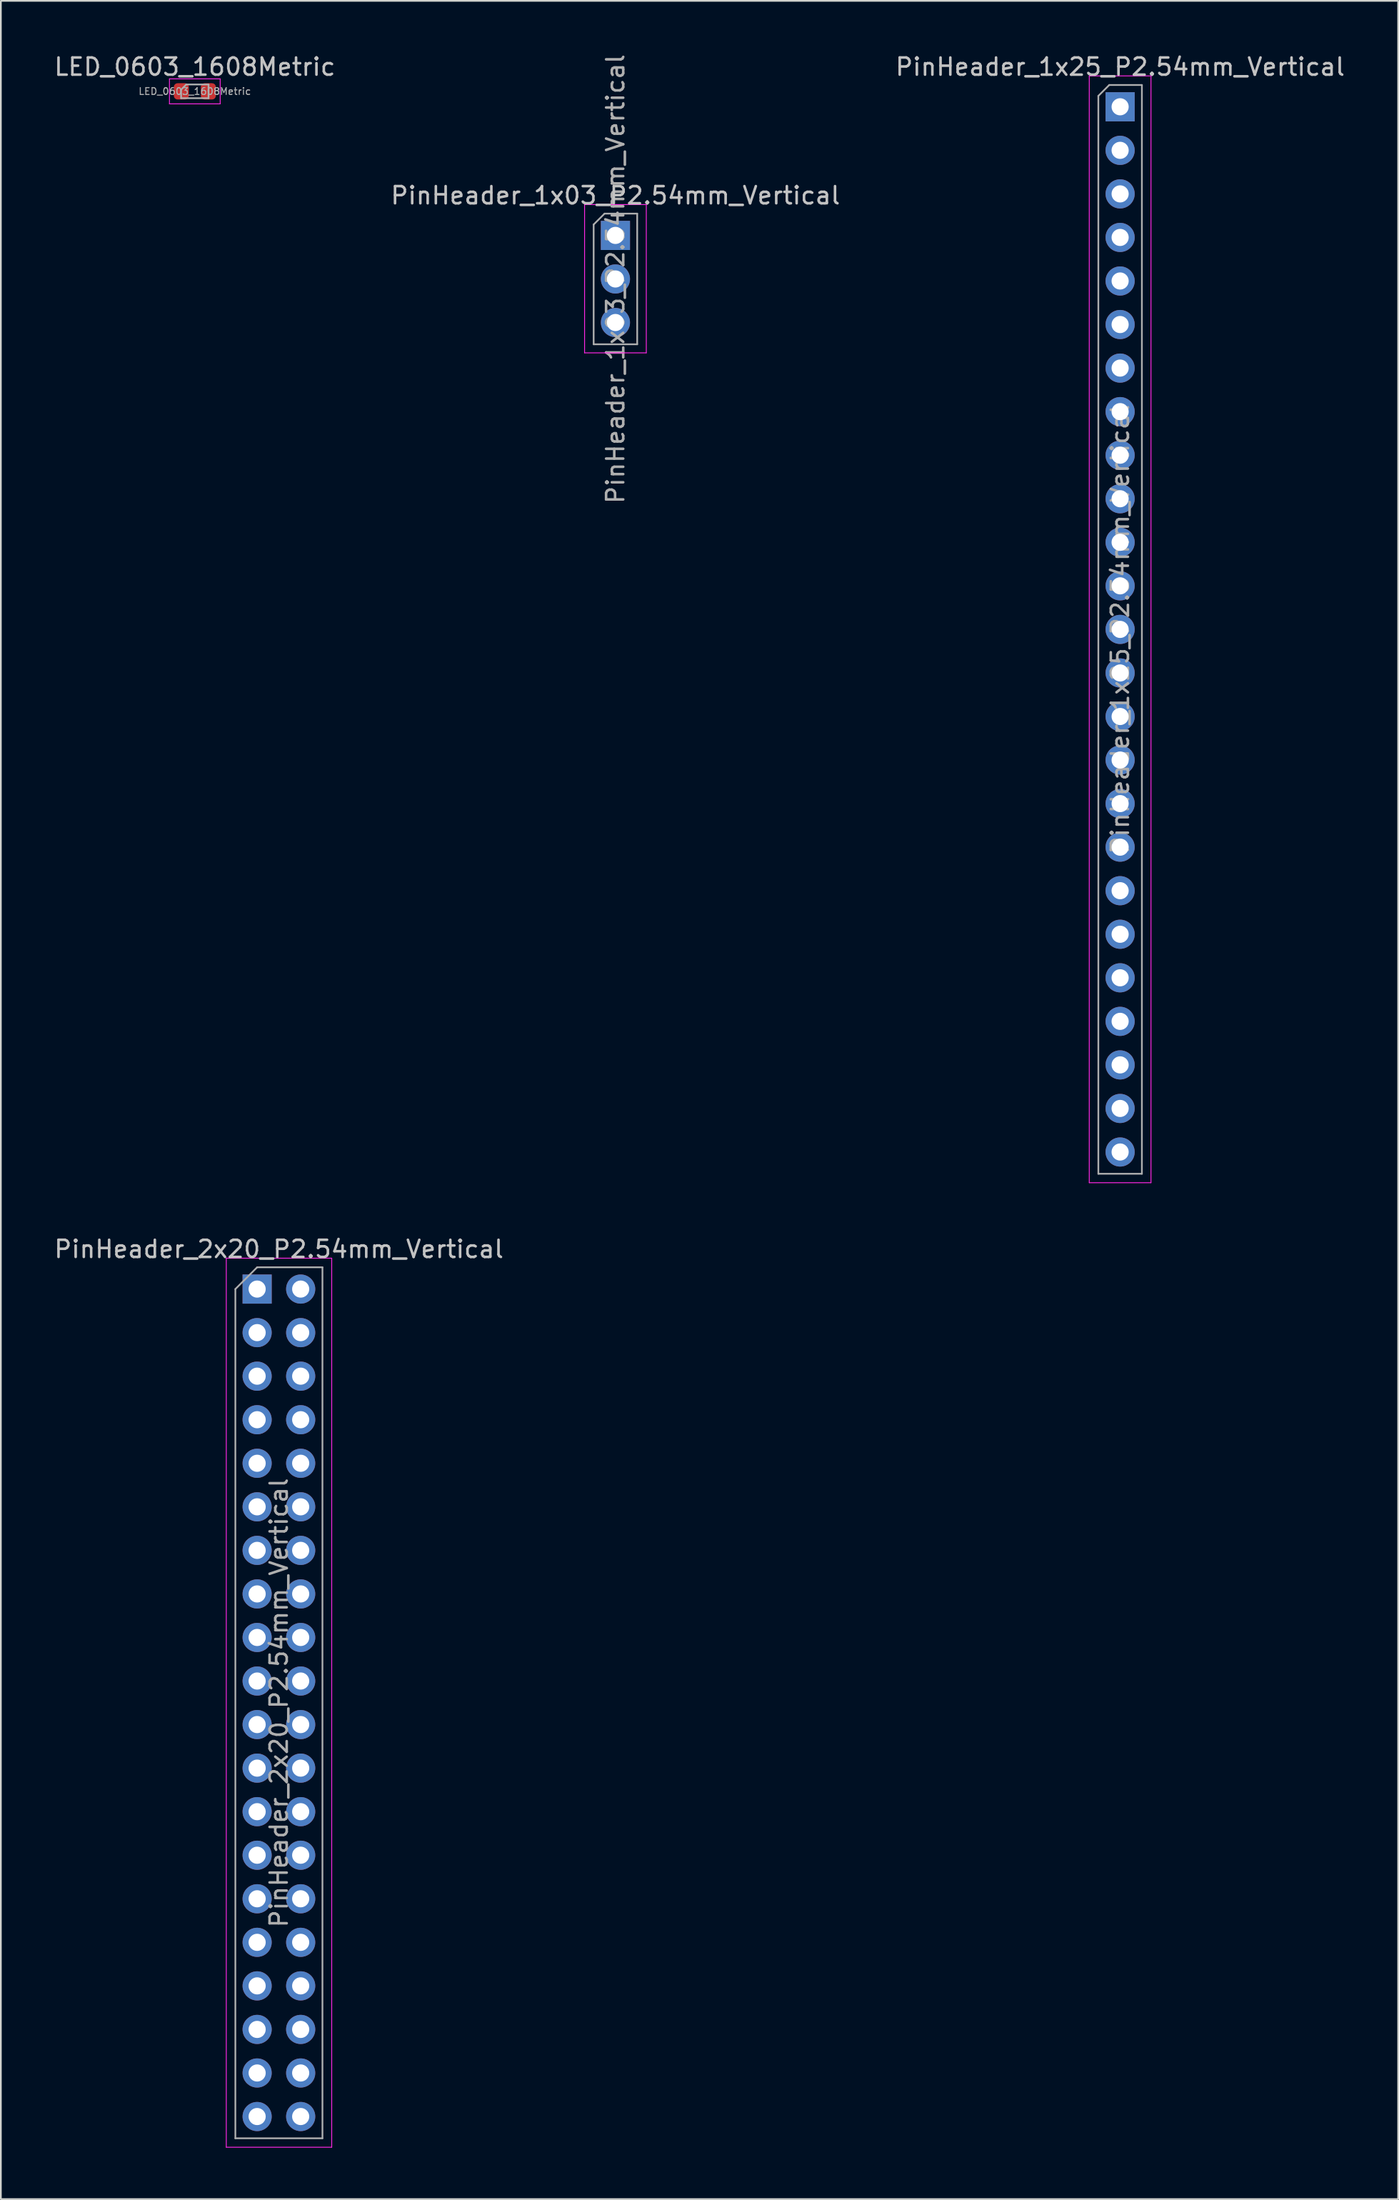
<source format=kicad_pcb>
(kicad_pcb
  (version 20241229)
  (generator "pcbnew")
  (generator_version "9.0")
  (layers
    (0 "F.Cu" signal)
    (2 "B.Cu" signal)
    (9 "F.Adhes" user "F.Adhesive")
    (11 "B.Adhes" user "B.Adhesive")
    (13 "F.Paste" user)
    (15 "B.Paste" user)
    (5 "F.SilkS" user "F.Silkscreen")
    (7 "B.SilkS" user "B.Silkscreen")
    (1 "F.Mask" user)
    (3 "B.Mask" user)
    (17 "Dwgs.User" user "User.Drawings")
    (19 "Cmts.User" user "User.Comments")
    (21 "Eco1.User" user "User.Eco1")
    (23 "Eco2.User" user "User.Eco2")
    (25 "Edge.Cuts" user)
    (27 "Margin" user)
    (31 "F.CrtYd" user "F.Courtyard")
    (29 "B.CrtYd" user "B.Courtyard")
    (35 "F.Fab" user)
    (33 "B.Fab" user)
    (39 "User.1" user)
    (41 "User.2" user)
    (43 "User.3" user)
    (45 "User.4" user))
  (footprint "PinHeader_1x03_P2.54mm_Vertical"
    (layer "F.Cu")
    (at 32.851 10.68)
    (property "Reference" "PinHeader_1x03_P2.54mm_Vertical" (at 0 -2.33 0) (layer "Dwgs.User") (effects (font (size 1 1) (thickness 0.15))))
    (attr through_hole)
    (fp_line (start -1.8 -1.8) (end -1.8 6.85) (stroke (width 0.05) (type solid)) (layer "F.CrtYd"))
    (fp_line (start -1.8 6.85) (end 1.8 6.85) (stroke (width 0.05) (type solid)) (layer "F.CrtYd"))
    (fp_line (start 1.8 -1.8) (end -1.8 -1.8) (stroke (width 0.05) (type solid)) (layer "F.CrtYd"))
    (fp_line (start 1.8 6.85) (end 1.8 -1.8) (stroke (width 0.05) (type solid)) (layer "F.CrtYd"))
    (fp_line (start -1.27 -0.635) (end -0.635 -1.27) (stroke (width 0.1) (type solid)) (layer "F.Fab"))
    (fp_line (start -1.27 6.35) (end -1.27 -0.635) (stroke (width 0.1) (type solid)) (layer "F.Fab"))
    (fp_line (start -0.635 -1.27) (end 1.27 -1.27) (stroke (width 0.1) (type solid)) (layer "F.Fab"))
    (fp_line (start 1.27 -1.27) (end 1.27 6.35) (stroke (width 0.1) (type solid)) (layer "F.Fab"))
    (fp_line (start 1.27 6.35) (end -1.27 6.35) (stroke (width 0.1) (type solid)) (layer "F.Fab"))
    (fp_text user "${REFERENCE}" (at 0 2.54 90) (layer "F.Fab") (effects (font (size 1 1) (thickness 0.15))))
    (pad "1" thru_hole rect (at 0 0) (size 1.7 1.7) (drill 1) (layers "*.Cu" "*.Mask"))
    (pad "2" thru_hole oval (at 0 2.54) (size 1.7 1.7) (drill 1) (layers "*.Cu" "*.Mask"))
    (pad "3" thru_hole oval (at 0 5.08) (size 1.7 1.7) (drill 1) (layers "*.Cu" "*.Mask")))
  (footprint "PinHeader_2x20_P2.54mm_Vertical"
    (layer "F.Cu")
    (at 11.95 72.132)
    (property "Reference" "PinHeader_2x20_P2.54mm_Vertical" (at 1.27 -2.33 0) (layer "Dwgs.User") (effects (font (size 1 1) (thickness 0.15))))
    (attr through_hole)
    (fp_line (start -1.8 -1.8) (end -1.8 50.05) (stroke (width 0.05) (type solid)) (layer "F.CrtYd"))
    (fp_line (start -1.8 50.05) (end 4.35 50.05) (stroke (width 0.05) (type solid)) (layer "F.CrtYd"))
    (fp_line (start 4.35 -1.8) (end -1.8 -1.8) (stroke (width 0.05) (type solid)) (layer "F.CrtYd"))
    (fp_line (start 4.35 50.05) (end 4.35 -1.8) (stroke (width 0.05) (type solid)) (layer "F.CrtYd"))
    (fp_line (start -1.27 0) (end 0 -1.27) (stroke (width 0.1) (type solid)) (layer "F.Fab"))
    (fp_line (start -1.27 49.53) (end -1.27 0) (stroke (width 0.1) (type solid)) (layer "F.Fab"))
    (fp_line (start 0 -1.27) (end 3.81 -1.27) (stroke (width 0.1) (type solid)) (layer "F.Fab"))
    (fp_line (start 3.81 -1.27) (end 3.81 49.53) (stroke (width 0.1) (type solid)) (layer "F.Fab"))
    (fp_line (start 3.81 49.53) (end -1.27 49.53) (stroke (width 0.1) (type solid)) (layer "F.Fab"))
    (fp_text user "${REFERENCE}" (at 1.27 24.13 90) (layer "F.Fab") (effects (font (size 1 1) (thickness 0.15))))
    (pad "1" thru_hole rect (at 0 0) (size 1.7 1.7) (drill 1) (layers "*.Cu" "*.Mask"))
    (pad "2" thru_hole oval (at 2.54 0) (size 1.7 1.7) (drill 1) (layers "*.Cu" "*.Mask"))
    (pad "3" thru_hole oval (at 0 2.54) (size 1.7 1.7) (drill 1) (layers "*.Cu" "*.Mask"))
    (pad "4" thru_hole oval (at 2.54 2.54) (size 1.7 1.7) (drill 1) (layers "*.Cu" "*.Mask"))
    (pad "5" thru_hole oval (at 0 5.08) (size 1.7 1.7) (drill 1) (layers "*.Cu" "*.Mask"))
    (pad "6" thru_hole oval (at 2.54 5.08) (size 1.7 1.7) (drill 1) (layers "*.Cu" "*.Mask"))
    (pad "7" thru_hole oval (at 0 7.62) (size 1.7 1.7) (drill 1) (layers "*.Cu" "*.Mask"))
    (pad "8" thru_hole oval (at 2.54 7.62) (size 1.7 1.7) (drill 1) (layers "*.Cu" "*.Mask"))
    (pad "9" thru_hole oval (at 0 10.16) (size 1.7 1.7) (drill 1) (layers "*.Cu" "*.Mask"))
    (pad "10" thru_hole oval (at 2.54 10.16) (size 1.7 1.7) (drill 1) (layers "*.Cu" "*.Mask"))
    (pad "11" thru_hole oval (at 0 12.7) (size 1.7 1.7) (drill 1) (layers "*.Cu" "*.Mask"))
    (pad "12" thru_hole oval (at 2.54 12.7) (size 1.7 1.7) (drill 1) (layers "*.Cu" "*.Mask"))
    (pad "13" thru_hole oval (at 0 15.24) (size 1.7 1.7) (drill 1) (layers "*.Cu" "*.Mask"))
    (pad "14" thru_hole oval (at 2.54 15.24) (size 1.7 1.7) (drill 1) (layers "*.Cu" "*.Mask"))
    (pad "15" thru_hole oval (at 0 17.78) (size 1.7 1.7) (drill 1) (layers "*.Cu" "*.Mask"))
    (pad "16" thru_hole oval (at 2.54 17.78) (size 1.7 1.7) (drill 1) (layers "*.Cu" "*.Mask"))
    (pad "17" thru_hole oval (at 0 20.32) (size 1.7 1.7) (drill 1) (layers "*.Cu" "*.Mask"))
    (pad "18" thru_hole oval (at 2.54 20.32) (size 1.7 1.7) (drill 1) (layers "*.Cu" "*.Mask"))
    (pad "19" thru_hole oval (at 0 22.86) (size 1.7 1.7) (drill 1) (layers "*.Cu" "*.Mask"))
    (pad "20" thru_hole oval (at 2.54 22.86) (size 1.7 1.7) (drill 1) (layers "*.Cu" "*.Mask"))
    (pad "21" thru_hole oval (at 0 25.4) (size 1.7 1.7) (drill 1) (layers "*.Cu" "*.Mask"))
    (pad "22" thru_hole oval (at 2.54 25.4) (size 1.7 1.7) (drill 1) (layers "*.Cu" "*.Mask"))
    (pad "23" thru_hole oval (at 0 27.94) (size 1.7 1.7) (drill 1) (layers "*.Cu" "*.Mask"))
    (pad "24" thru_hole oval (at 2.54 27.94) (size 1.7 1.7) (drill 1) (layers "*.Cu" "*.Mask"))
    (pad "25" thru_hole oval (at 0 30.48) (size 1.7 1.7) (drill 1) (layers "*.Cu" "*.Mask"))
    (pad "26" thru_hole oval (at 2.54 30.48) (size 1.7 1.7) (drill 1) (layers "*.Cu" "*.Mask"))
    (pad "27" thru_hole oval (at 0 33.02) (size 1.7 1.7) (drill 1) (layers "*.Cu" "*.Mask"))
    (pad "28" thru_hole oval (at 2.54 33.02) (size 1.7 1.7) (drill 1) (layers "*.Cu" "*.Mask"))
    (pad "29" thru_hole oval (at 0 35.56) (size 1.7 1.7) (drill 1) (layers "*.Cu" "*.Mask"))
    (pad "30" thru_hole oval (at 2.54 35.56) (size 1.7 1.7) (drill 1) (layers "*.Cu" "*.Mask"))
    (pad "31" thru_hole oval (at 0 38.1) (size 1.7 1.7) (drill 1) (layers "*.Cu" "*.Mask"))
    (pad "32" thru_hole oval (at 2.54 38.1) (size 1.7 1.7) (drill 1) (layers "*.Cu" "*.Mask"))
    (pad "33" thru_hole oval (at 0 40.64) (size 1.7 1.7) (drill 1) (layers "*.Cu" "*.Mask"))
    (pad "34" thru_hole oval (at 2.54 40.64) (size 1.7 1.7) (drill 1) (layers "*.Cu" "*.Mask"))
    (pad "35" thru_hole oval (at 0 43.18) (size 1.7 1.7) (drill 1) (layers "*.Cu" "*.Mask"))
    (pad "36" thru_hole oval (at 2.54 43.18) (size 1.7 1.7) (drill 1) (layers "*.Cu" "*.Mask"))
    (pad "37" thru_hole oval (at 0 45.72) (size 1.7 1.7) (drill 1) (layers "*.Cu" "*.Mask"))
    (pad "38" thru_hole oval (at 2.54 45.72) (size 1.7 1.7) (drill 1) (layers "*.Cu" "*.Mask"))
    (pad "39" thru_hole oval (at 0 48.26) (size 1.7 1.7) (drill 1) (layers "*.Cu" "*.Mask"))
    (pad "40" thru_hole oval (at 2.54 48.26) (size 1.7 1.7) (drill 1) (layers "*.Cu" "*.Mask")))
  (footprint "LED_0603_1608Metric"
    (layer "F.Cu")
    (at 8.315 2.278)
    (property "Reference" "LED_0603_1608Metric" (at 0 -1.43 0) (layer "Dwgs.User") (effects (font (size 1 1) (thickness 0.15))))
    (attr smd)
    (fp_line (start -1.48 -0.73) (end 1.48 -0.73) (stroke (width 0.05) (type solid)) (layer "F.CrtYd"))
    (fp_line (start -1.48 0.73) (end -1.48 -0.73) (stroke (width 0.05) (type solid)) (layer "F.CrtYd"))
    (fp_line (start 1.48 -0.73) (end 1.48 0.73) (stroke (width 0.05) (type solid)) (layer "F.CrtYd"))
    (fp_line (start 1.48 0.73) (end -1.48 0.73) (stroke (width 0.05) (type solid)) (layer "F.CrtYd"))
    (fp_line (start -0.8 -0.1) (end -0.8 0.4) (stroke (width 0.1) (type solid)) (layer "F.Fab"))
    (fp_line (start -0.8 0.4) (end 0.8 0.4) (stroke (width 0.1) (type solid)) (layer "F.Fab"))
    (fp_line (start -0.5 -0.4) (end -0.8 -0.1) (stroke (width 0.1) (type solid)) (layer "F.Fab"))
    (fp_line (start 0.8 -0.4) (end -0.5 -0.4) (stroke (width 0.1) (type solid)) (layer "F.Fab"))
    (fp_line (start 0.8 0.4) (end 0.8 -0.4) (stroke (width 0.1) (type solid)) (layer "F.Fab"))
    (fp_text user "${REFERENCE}" (at 0 0 0) (layer "F.Fab") (effects (font (size 0.4 0.4) (thickness 0.06))))
    (pad "1" smd roundrect (at -0.787 0) (size 0.875 0.95) (layers "F.Cu" "F.Mask" "F.Paste") (roundrect_rratio 0.25))
    (pad "2" smd roundrect (at 0.787 0) (size 0.875 0.95) (layers "F.Cu" "F.Mask" "F.Paste") (roundrect_rratio 0.25)))
  (footprint "PinHeader_1x25_P2.54mm_Vertical"
    (layer "F.Cu")
    (at 62.292 3.178)
    (property "Reference" "PinHeader_1x25_P2.54mm_Vertical" (at 0 -2.33 0) (layer "Dwgs.User") (effects (font (size 1 1) (thickness 0.15))))
    (attr through_hole)
    (fp_line (start -1.8 -1.8) (end -1.8 62.75) (stroke (width 0.05) (type solid)) (layer "F.CrtYd"))
    (fp_line (start -1.8 62.75) (end 1.8 62.75) (stroke (width 0.05) (type solid)) (layer "F.CrtYd"))
    (fp_line (start 1.8 -1.8) (end -1.8 -1.8) (stroke (width 0.05) (type solid)) (layer "F.CrtYd"))
    (fp_line (start 1.8 62.75) (end 1.8 -1.8) (stroke (width 0.05) (type solid)) (layer "F.CrtYd"))
    (fp_line (start -1.27 -0.635) (end -0.635 -1.27) (stroke (width 0.1) (type solid)) (layer "F.Fab"))
    (fp_line (start -1.27 62.23) (end -1.27 -0.635) (stroke (width 0.1) (type solid)) (layer "F.Fab"))
    (fp_line (start -0.635 -1.27) (end 1.27 -1.27) (stroke (width 0.1) (type solid)) (layer "F.Fab"))
    (fp_line (start 1.27 -1.27) (end 1.27 62.23) (stroke (width 0.1) (type solid)) (layer "F.Fab"))
    (fp_line (start 1.27 62.23) (end -1.27 62.23) (stroke (width 0.1) (type solid)) (layer "F.Fab"))
    (fp_text user "${REFERENCE}" (at 0 30.48 90) (layer "F.Fab") (effects (font (size 1 1) (thickness 0.15))))
    (pad "1" thru_hole rect (at 0 0) (size 1.7 1.7) (drill 1) (layers "*.Cu" "*.Mask"))
    (pad "2" thru_hole oval (at 0 2.54) (size 1.7 1.7) (drill 1) (layers "*.Cu" "*.Mask"))
    (pad "3" thru_hole oval (at 0 5.08) (size 1.7 1.7) (drill 1) (layers "*.Cu" "*.Mask"))
    (pad "4" thru_hole oval (at 0 7.62) (size 1.7 1.7) (drill 1) (layers "*.Cu" "*.Mask"))
    (pad "5" thru_hole oval (at 0 10.16) (size 1.7 1.7) (drill 1) (layers "*.Cu" "*.Mask"))
    (pad "6" thru_hole oval (at 0 12.7) (size 1.7 1.7) (drill 1) (layers "*.Cu" "*.Mask"))
    (pad "7" thru_hole oval (at 0 15.24) (size 1.7 1.7) (drill 1) (layers "*.Cu" "*.Mask"))
    (pad "8" thru_hole oval (at 0 17.78) (size 1.7 1.7) (drill 1) (layers "*.Cu" "*.Mask"))
    (pad "9" thru_hole oval (at 0 20.32) (size 1.7 1.7) (drill 1) (layers "*.Cu" "*.Mask"))
    (pad "10" thru_hole oval (at 0 22.86) (size 1.7 1.7) (drill 1) (layers "*.Cu" "*.Mask"))
    (pad "11" thru_hole oval (at 0 25.4) (size 1.7 1.7) (drill 1) (layers "*.Cu" "*.Mask"))
    (pad "12" thru_hole oval (at 0 27.94) (size 1.7 1.7) (drill 1) (layers "*.Cu" "*.Mask"))
    (pad "13" thru_hole oval (at 0 30.48) (size 1.7 1.7) (drill 1) (layers "*.Cu" "*.Mask"))
    (pad "14" thru_hole oval (at 0 33.02) (size 1.7 1.7) (drill 1) (layers "*.Cu" "*.Mask"))
    (pad "15" thru_hole oval (at 0 35.56) (size 1.7 1.7) (drill 1) (layers "*.Cu" "*.Mask"))
    (pad "16" thru_hole oval (at 0 38.1) (size 1.7 1.7) (drill 1) (layers "*.Cu" "*.Mask"))
    (pad "17" thru_hole oval (at 0 40.64) (size 1.7 1.7) (drill 1) (layers "*.Cu" "*.Mask"))
    (pad "18" thru_hole oval (at 0 43.18) (size 1.7 1.7) (drill 1) (layers "*.Cu" "*.Mask"))
    (pad "19" thru_hole oval (at 0 45.72) (size 1.7 1.7) (drill 1) (layers "*.Cu" "*.Mask"))
    (pad "20" thru_hole oval (at 0 48.26) (size 1.7 1.7) (drill 1) (layers "*.Cu" "*.Mask"))
    (pad "21" thru_hole oval (at 0 50.8) (size 1.7 1.7) (drill 1) (layers "*.Cu" "*.Mask"))
    (pad "22" thru_hole oval (at 0 53.34) (size 1.7 1.7) (drill 1) (layers "*.Cu" "*.Mask"))
    (pad "23" thru_hole oval (at 0 55.88) (size 1.7 1.7) (drill 1) (layers "*.Cu" "*.Mask"))
    (pad "24" thru_hole oval (at 0 58.42) (size 1.7 1.7) (drill 1) (layers "*.Cu" "*.Mask"))
    (pad "25" thru_hole oval (at 0 60.96) (size 1.7 1.7) (drill 1) (layers "*.Cu" "*.Mask")))
  (gr_rect
    (start -3 -3)
    (end 78.512 125.207)
    (stroke (width 0.1) (type default))
    (fill no)
    (layer "Edge.Cuts")))
</source>
